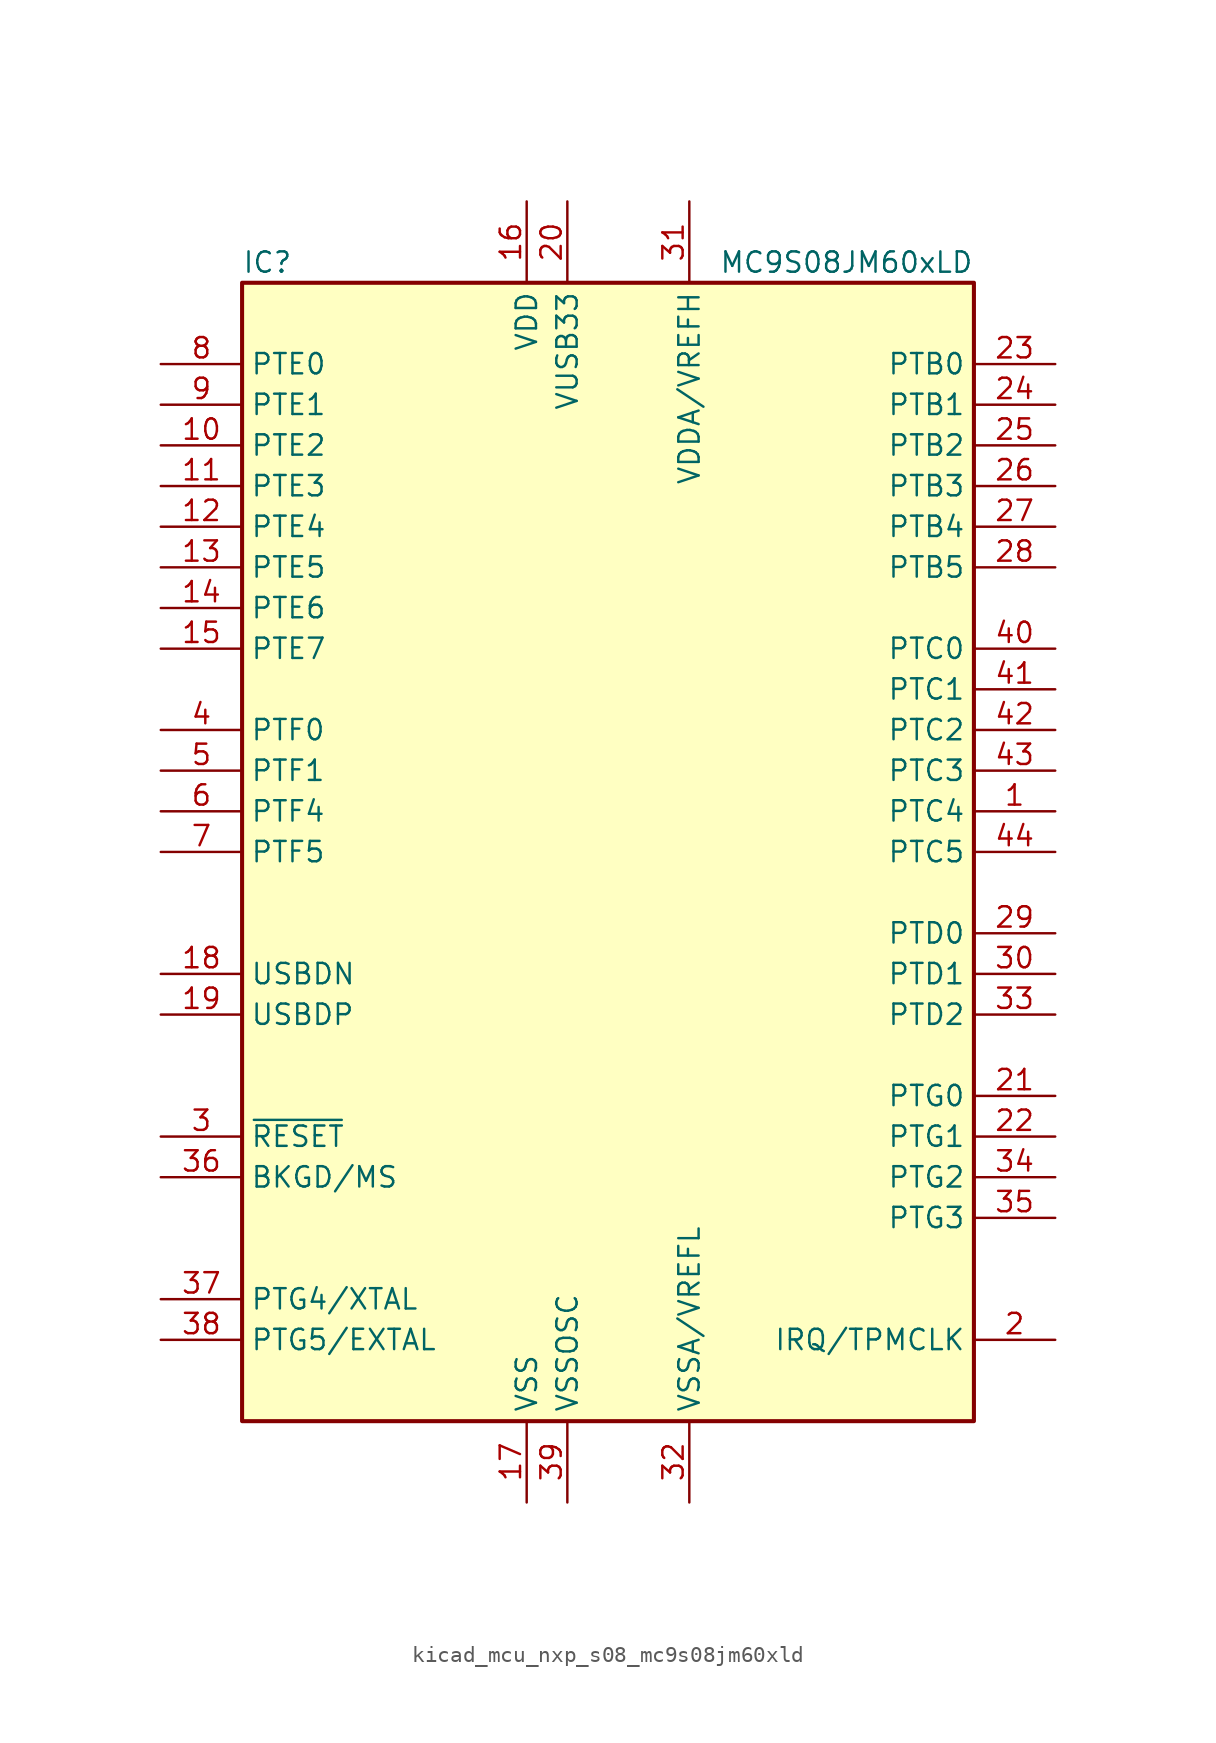
<source format=kicad_sym>
(kicad_symbol_lib
  (version 20220914)
  (generator kicad_symbol_editor)
  (symbol "kicad_mcu_nxp_s08_mc9s08jm60xld"
    (property "Reference" "IC"
      (at -22.86 36.83 0)
      (effects (font (size 1.27 1.27)) (justify left)))
    (property "Value" "MC9S08JM60xLD"
      (at 22.86 36.83 0)
      (effects (font (size 1.27 1.27)) (justify right)))
    (symbol "kicad_mcu_nxp_s08_mc9s08jm60xld_0_1"
      (rectangle (start -22.86 35.56) (end 22.86 -35.56) (stroke (width 0.254) (type default)) (fill (type background))))
    (symbol "kicad_mcu_nxp_s08_mc9s08jm60xld_1_1"
      (pin bidirectional line (at 27.94 2.54 180) (length 5.08) (name "PTC4" (effects (font (size 1.27 1.27)))) (number "1" (effects (font (size 1.27 1.27)))))
      (pin bidirectional line (at -27.94 25.4 0) (length 5.08) (name "PTE2" (effects (font (size 1.27 1.27)))) (number "10" (effects (font (size 1.27 1.27)))))
      (pin bidirectional line (at -27.94 22.86 0) (length 5.08) (name "PTE3" (effects (font (size 1.27 1.27)))) (number "11" (effects (font (size 1.27 1.27)))))
      (pin bidirectional line (at -27.94 20.32 0) (length 5.08) (name "PTE4" (effects (font (size 1.27 1.27)))) (number "12" (effects (font (size 1.27 1.27)))))
      (pin bidirectional line (at -27.94 17.78 0) (length 5.08) (name "PTE5" (effects (font (size 1.27 1.27)))) (number "13" (effects (font (size 1.27 1.27)))))
      (pin bidirectional line (at -27.94 15.24 0) (length 5.08) (name "PTE6" (effects (font (size 1.27 1.27)))) (number "14" (effects (font (size 1.27 1.27)))))
      (pin bidirectional line (at -27.94 12.7 0) (length 5.08) (name "PTE7" (effects (font (size 1.27 1.27)))) (number "15" (effects (font (size 1.27 1.27)))))
      (pin power_in line (at -5.08 40.64 270) (length 5.08) (name "VDD" (effects (font (size 1.27 1.27)))) (number "16" (effects (font (size 1.27 1.27)))))
      (pin power_in line (at -5.08 -40.64 90) (length 5.08) (name "VSS" (effects (font (size 1.27 1.27)))) (number "17" (effects (font (size 1.27 1.27)))))
      (pin bidirectional line (at -27.94 -7.62 0) (length 5.08) (name "USBDN" (effects (font (size 1.27 1.27)))) (number "18" (effects (font (size 1.27 1.27)))))
      (pin bidirectional line (at -27.94 -10.16 0) (length 5.08) (name "USBDP" (effects (font (size 1.27 1.27)))) (number "19" (effects (font (size 1.27 1.27)))))
      (pin bidirectional line (at 27.94 -30.48 180) (length 5.08) (name "IRQ/TPMCLK" (effects (font (size 1.27 1.27)))) (number "2" (effects (font (size 1.27 1.27)))))
      (pin power_out line (at -2.54 40.64 270) (length 5.08) (name "VUSB33" (effects (font (size 1.27 1.27)))) (number "20" (effects (font (size 1.27 1.27)))))
      (pin bidirectional line (at 27.94 -15.24 180) (length 5.08) (name "PTG0" (effects (font (size 1.27 1.27)))) (number "21" (effects (font (size 1.27 1.27)))))
      (pin bidirectional line (at 27.94 -17.78 180) (length 5.08) (name "PTG1" (effects (font (size 1.27 1.27)))) (number "22" (effects (font (size 1.27 1.27)))))
      (pin bidirectional line (at 27.94 30.48 180) (length 5.08) (name "PTB0" (effects (font (size 1.27 1.27)))) (number "23" (effects (font (size 1.27 1.27)))))
      (pin bidirectional line (at 27.94 27.94 180) (length 5.08) (name "PTB1" (effects (font (size 1.27 1.27)))) (number "24" (effects (font (size 1.27 1.27)))))
      (pin bidirectional line (at 27.94 25.4 180) (length 5.08) (name "PTB2" (effects (font (size 1.27 1.27)))) (number "25" (effects (font (size 1.27 1.27)))))
      (pin bidirectional line (at 27.94 22.86 180) (length 5.08) (name "PTB3" (effects (font (size 1.27 1.27)))) (number "26" (effects (font (size 1.27 1.27)))))
      (pin bidirectional line (at 27.94 20.32 180) (length 5.08) (name "PTB4" (effects (font (size 1.27 1.27)))) (number "27" (effects (font (size 1.27 1.27)))))
      (pin bidirectional line (at 27.94 17.78 180) (length 5.08) (name "PTB5" (effects (font (size 1.27 1.27)))) (number "28" (effects (font (size 1.27 1.27)))))
      (pin bidirectional line (at 27.94 -5.08 180) (length 5.08) (name "PTD0" (effects (font (size 1.27 1.27)))) (number "29" (effects (font (size 1.27 1.27)))))
      (pin input line (at -27.94 -17.78 0) (length 5.08) (name "~{RESET}" (effects (font (size 1.27 1.27)))) (number "3" (effects (font (size 1.27 1.27)))))
      (pin bidirectional line (at 27.94 -7.62 180) (length 5.08) (name "PTD1" (effects (font (size 1.27 1.27)))) (number "30" (effects (font (size 1.27 1.27)))))
      (pin power_in line (at 5.08 40.64 270) (length 5.08) (name "VDDA/VREFH" (effects (font (size 1.27 1.27)))) (number "31" (effects (font (size 1.27 1.27)))))
      (pin power_in line (at 5.08 -40.64 90) (length 5.08) (name "VSSA/VREFL" (effects (font (size 1.27 1.27)))) (number "32" (effects (font (size 1.27 1.27)))))
      (pin bidirectional line (at 27.94 -10.16 180) (length 5.08) (name "PTD2" (effects (font (size 1.27 1.27)))) (number "33" (effects (font (size 1.27 1.27)))))
      (pin bidirectional line (at 27.94 -20.32 180) (length 5.08) (name "PTG2" (effects (font (size 1.27 1.27)))) (number "34" (effects (font (size 1.27 1.27)))))
      (pin bidirectional line (at 27.94 -22.86 180) (length 5.08) (name "PTG3" (effects (font (size 1.27 1.27)))) (number "35" (effects (font (size 1.27 1.27)))))
      (pin bidirectional line (at -27.94 -20.32 0) (length 5.08) (name "BKGD/MS" (effects (font (size 1.27 1.27)))) (number "36" (effects (font (size 1.27 1.27)))))
      (pin bidirectional line (at -27.94 -27.94 0) (length 5.08) (name "PTG4/XTAL" (effects (font (size 1.27 1.27)))) (number "37" (effects (font (size 1.27 1.27)))))
      (pin bidirectional line (at -27.94 -30.48 0) (length 5.08) (name "PTG5/EXTAL" (effects (font (size 1.27 1.27)))) (number "38" (effects (font (size 1.27 1.27)))))
      (pin power_in line (at -2.54 -40.64 90) (length 5.08) (name "VSSOSC" (effects (font (size 1.27 1.27)))) (number "39" (effects (font (size 1.27 1.27)))))
      (pin bidirectional line (at -27.94 7.62 0) (length 5.08) (name "PTF0" (effects (font (size 1.27 1.27)))) (number "4" (effects (font (size 1.27 1.27)))))
      (pin bidirectional line (at 27.94 12.7 180) (length 5.08) (name "PTC0" (effects (font (size 1.27 1.27)))) (number "40" (effects (font (size 1.27 1.27)))))
      (pin bidirectional line (at 27.94 10.16 180) (length 5.08) (name "PTC1" (effects (font (size 1.27 1.27)))) (number "41" (effects (font (size 1.27 1.27)))))
      (pin bidirectional line (at 27.94 7.62 180) (length 5.08) (name "PTC2" (effects (font (size 1.27 1.27)))) (number "42" (effects (font (size 1.27 1.27)))))
      (pin bidirectional line (at 27.94 5.08 180) (length 5.08) (name "PTC3" (effects (font (size 1.27 1.27)))) (number "43" (effects (font (size 1.27 1.27)))))
      (pin bidirectional line (at 27.94 0 180) (length 5.08) (name "PTC5" (effects (font (size 1.27 1.27)))) (number "44" (effects (font (size 1.27 1.27)))))
      (pin bidirectional line (at -27.94 5.08 0) (length 5.08) (name "PTF1" (effects (font (size 1.27 1.27)))) (number "5" (effects (font (size 1.27 1.27)))))
      (pin bidirectional line (at -27.94 2.54 0) (length 5.08) (name "PTF4" (effects (font (size 1.27 1.27)))) (number "6" (effects (font (size 1.27 1.27)))))
      (pin bidirectional line (at -27.94 0 0) (length 5.08) (name "PTF5" (effects (font (size 1.27 1.27)))) (number "7" (effects (font (size 1.27 1.27)))))
      (pin bidirectional line (at -27.94 30.48 0) (length 5.08) (name "PTE0" (effects (font (size 1.27 1.27)))) (number "8" (effects (font (size 1.27 1.27)))))
      (pin bidirectional line (at -27.94 27.94 0) (length 5.08) (name "PTE1" (effects (font (size 1.27 1.27)))) (number "9" (effects (font (size 1.27 1.27))))))))
</source>
